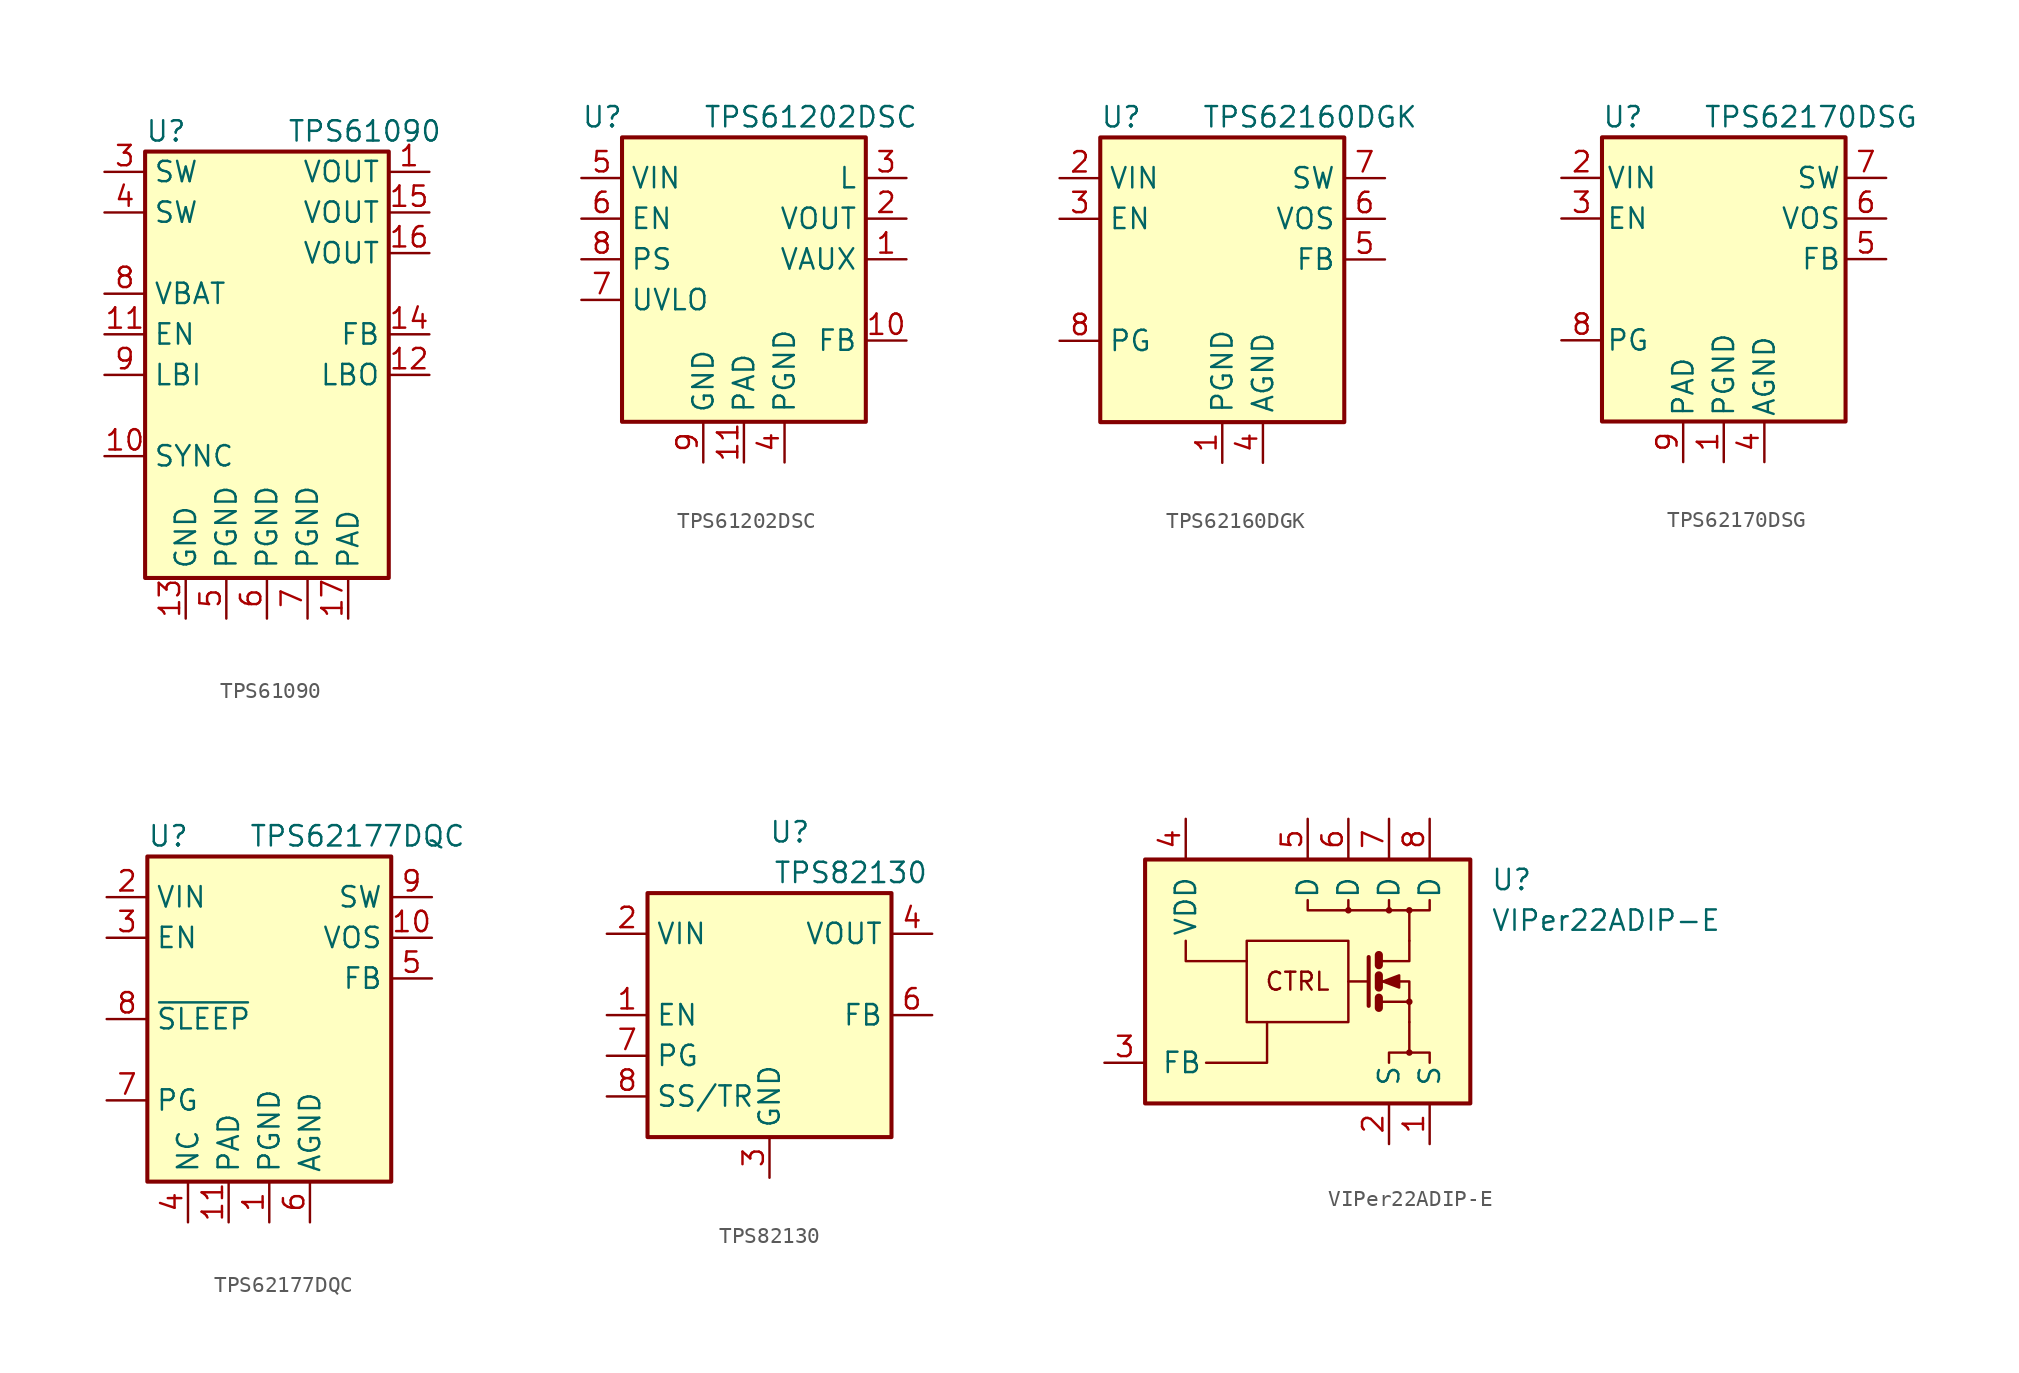
<source format=kicad_sym>
(kicad_symbol_lib
  (version 20201005)
  (generator kicad_symbol_editor)
  (symbol "TPS61090"
    (property "Reference" "U"
      (at -7.62 15.24 0)
      (effects (font (size 1.27 1.27)) (justify left)))
    (property "Value" "TPS61090"
      (at 1.27 15.24 0)
      (effects (font (size 1.27 1.27)) (justify left)))
    (symbol "TPS61090_0_0"
      (pin power_out line (at 10.16 12.7 180) (length 2.54) (name "VOUT" (effects (font (size 1.27 1.27)))) (number "1" (effects (font (size 1.27 1.27)))))
      (pin input line (at -10.16 -5.08 0) (length 2.54) (name "SYNC" (effects (font (size 1.27 1.27)))) (number "10" (effects (font (size 1.27 1.27)))))
      (pin input line (at -10.16 2.54 0) (length 2.54) (name "EN" (effects (font (size 1.27 1.27)))) (number "11" (effects (font (size 1.27 1.27)))))
      (pin open_collector line (at 10.16 0 180) (length 2.54) (name "LBO" (effects (font (size 1.27 1.27)))) (number "12" (effects (font (size 1.27 1.27)))))
      (pin power_in line (at -5.08 -15.24 90) (length 2.54) (name "GND" (effects (font (size 1.27 1.27)))) (number "13" (effects (font (size 1.27 1.27)))))
      (pin input line (at 10.16 2.54 180) (length 2.54) (name "FB" (effects (font (size 1.27 1.27)))) (number "14" (effects (font (size 1.27 1.27)))))
      (pin passive line (at 10.16 10.16 180) (length 2.54) (name "VOUT" (effects (font (size 1.27 1.27)))) (number "15" (effects (font (size 1.27 1.27)))))
      (pin passive line (at 10.16 7.62 180) (length 2.54) (name "VOUT" (effects (font (size 1.27 1.27)))) (number "16" (effects (font (size 1.27 1.27)))))
      (pin power_in line (at 5.08 -15.24 90) (length 2.54) (name "PAD" (effects (font (size 1.27 1.27)))) (number "17" (effects (font (size 1.27 1.27)))))
      (pin no_connect line (at 10.16 -5.08 180) (length 2.54) hide (name "NC" (effects (font (size 1.27 1.27)))) (number "2" (effects (font (size 1.27 1.27)))))
      (pin passive line (at -10.16 12.7 0) (length 2.54) (name "SW" (effects (font (size 1.27 1.27)))) (number "3" (effects (font (size 1.27 1.27)))))
      (pin passive line (at -10.16 10.16 0) (length 2.54) (name "SW" (effects (font (size 1.27 1.27)))) (number "4" (effects (font (size 1.27 1.27)))))
      (pin power_in line (at -2.54 -15.24 90) (length 2.54) (name "PGND" (effects (font (size 1.27 1.27)))) (number "5" (effects (font (size 1.27 1.27)))))
      (pin power_in line (at 0 -15.24 90) (length 2.54) (name "PGND" (effects (font (size 1.27 1.27)))) (number "6" (effects (font (size 1.27 1.27)))))
      (pin power_in line (at 2.54 -15.24 90) (length 2.54) (name "PGND" (effects (font (size 1.27 1.27)))) (number "7" (effects (font (size 1.27 1.27)))))
      (pin power_in line (at -10.16 5.08 0) (length 2.54) (name "VBAT" (effects (font (size 1.27 1.27)))) (number "8" (effects (font (size 1.27 1.27)))))
      (pin input line (at -10.16 0 0) (length 2.54) (name "LBI" (effects (font (size 1.27 1.27)))) (number "9" (effects (font (size 1.27 1.27))))))
    (symbol "TPS61090_0_1"
      (rectangle (start -7.62 13.97) (end 7.62 -12.7) (stroke (width 0.254)) (fill (type background)))))
  (symbol "TPS61202DSC"
    (property "Reference" "U"
      (at -10.16 8.89 0)
      (effects (font (size 1.27 1.27)) (justify left)))
    (property "Value" "TPS61202DSC"
      (at -2.54 8.89 0)
      (effects (font (size 1.27 1.27)) (justify left)))
    (symbol "TPS61202DSC_0_1"
      (rectangle (start -7.62 7.62) (end 7.62 -10.16) (stroke (width 0.254)) (fill (type background))))
    (symbol "TPS61202DSC_1_1"
      (pin bidirectional line (at 10.16 0 180) (length 2.54) (name "VAUX" (effects (font (size 1.27 1.27)))) (number "1" (effects (font (size 1.27 1.27)))))
      (pin input line (at 10.16 -5.08 180) (length 2.54) (name "FB" (effects (font (size 1.27 1.27)))) (number "10" (effects (font (size 1.27 1.27)))))
      (pin power_in line (at 0 -12.7 90) (length 2.54) (name "PAD" (effects (font (size 1.27 1.27)))) (number "11" (effects (font (size 1.27 1.27)))))
      (pin power_out line (at 10.16 2.54 180) (length 2.54) (name "VOUT" (effects (font (size 1.27 1.27)))) (number "2" (effects (font (size 1.27 1.27)))))
      (pin input line (at 10.16 5.08 180) (length 2.54) (name "L" (effects (font (size 1.27 1.27)))) (number "3" (effects (font (size 1.27 1.27)))))
      (pin power_in line (at 2.54 -12.7 90) (length 2.54) (name "PGND" (effects (font (size 1.27 1.27)))) (number "4" (effects (font (size 1.27 1.27)))))
      (pin power_in line (at -10.16 5.08 0) (length 2.54) (name "VIN" (effects (font (size 1.27 1.27)))) (number "5" (effects (font (size 1.27 1.27)))))
      (pin input line (at -10.16 2.54 0) (length 2.54) (name "EN" (effects (font (size 1.27 1.27)))) (number "6" (effects (font (size 1.27 1.27)))))
      (pin input line (at -10.16 -2.54 0) (length 2.54) (name "UVLO" (effects (font (size 1.27 1.27)))) (number "7" (effects (font (size 1.27 1.27)))))
      (pin input line (at -10.16 0 0) (length 2.54) (name "PS" (effects (font (size 1.27 1.27)))) (number "8" (effects (font (size 1.27 1.27)))))
      (pin power_in line (at -2.54 -12.7 90) (length 2.54) (name "GND" (effects (font (size 1.27 1.27)))) (number "9" (effects (font (size 1.27 1.27)))))))
  (symbol "TPS62160DGK"
    (property "Reference" "U"
      (at -7.62 11.43 0)
      (effects (font (size 1.27 1.27)) (justify left)))
    (property "Value" "TPS62160DGK"
      (at -1.27 11.43 0)
      (effects (font (size 1.27 1.27)) (justify left)))
    (symbol "TPS62160DGK_0_1"
      (rectangle (start -7.62 10.16) (end 7.62 -7.62) (stroke (width 0.254)) (fill (type background))))
    (symbol "TPS62160DGK_1_1"
      (pin power_in line (at 0 -10.16 90) (length 2.54) (name "PGND" (effects (font (size 1.27 1.27)))) (number "1" (effects (font (size 1.27 1.27)))))
      (pin power_in line (at -10.16 7.62 0) (length 2.54) (name "VIN" (effects (font (size 1.27 1.27)))) (number "2" (effects (font (size 1.27 1.27)))))
      (pin input line (at -10.16 5.08 0) (length 2.54) (name "EN" (effects (font (size 1.27 1.27)))) (number "3" (effects (font (size 1.27 1.27)))))
      (pin power_in line (at 2.54 -10.16 90) (length 2.54) (name "AGND" (effects (font (size 1.27 1.27)))) (number "4" (effects (font (size 1.27 1.27)))))
      (pin input line (at 10.16 2.54 180) (length 2.54) (name "FB" (effects (font (size 1.27 1.27)))) (number "5" (effects (font (size 1.27 1.27)))))
      (pin input line (at 10.16 5.08 180) (length 2.54) (name "VOS" (effects (font (size 1.27 1.27)))) (number "6" (effects (font (size 1.27 1.27)))))
      (pin output line (at 10.16 7.62 180) (length 2.54) (name "SW" (effects (font (size 1.27 1.27)))) (number "7" (effects (font (size 1.27 1.27)))))
      (pin open_collector line (at -10.16 -2.54 0) (length 2.54) (name "PG" (effects (font (size 1.27 1.27)))) (number "8" (effects (font (size 1.27 1.27)))))))
  (symbol "TPS62170DSG"
    (pin_names
      (offset 0.254))
    (property "Reference" "U"
      (at -7.62 11.43 0)
      (effects (font (size 1.27 1.27)) (justify left)))
    (property "Value" "TPS62170DSG"
      (at -1.27 11.43 0)
      (effects (font (size 1.27 1.27)) (justify left)))
    (symbol "TPS62170DSG_0_1"
      (rectangle (start -7.62 10.16) (end 7.62 -7.62) (stroke (width 0.254)) (fill (type background))))
    (symbol "TPS62170DSG_1_1"
      (pin power_in line (at 0 -10.16 90) (length 2.54) (name "PGND" (effects (font (size 1.27 1.27)))) (number "1" (effects (font (size 1.27 1.27)))))
      (pin power_in line (at -10.16 7.62 0) (length 2.54) (name "VIN" (effects (font (size 1.27 1.27)))) (number "2" (effects (font (size 1.27 1.27)))))
      (pin input line (at -10.16 5.08 0) (length 2.54) (name "EN" (effects (font (size 1.27 1.27)))) (number "3" (effects (font (size 1.27 1.27)))))
      (pin power_in line (at 2.54 -10.16 90) (length 2.54) (name "AGND" (effects (font (size 1.27 1.27)))) (number "4" (effects (font (size 1.27 1.27)))))
      (pin input line (at 10.16 2.54 180) (length 2.54) (name "FB" (effects (font (size 1.27 1.27)))) (number "5" (effects (font (size 1.27 1.27)))))
      (pin input line (at 10.16 5.08 180) (length 2.54) (name "VOS" (effects (font (size 1.27 1.27)))) (number "6" (effects (font (size 1.27 1.27)))))
      (pin output line (at 10.16 7.62 180) (length 2.54) (name "SW" (effects (font (size 1.27 1.27)))) (number "7" (effects (font (size 1.27 1.27)))))
      (pin open_collector line (at -10.16 -2.54 0) (length 2.54) (name "PG" (effects (font (size 1.27 1.27)))) (number "8" (effects (font (size 1.27 1.27)))))
      (pin power_in line (at -2.54 -10.16 90) (length 2.54) (name "PAD" (effects (font (size 1.27 1.27)))) (number "9" (effects (font (size 1.27 1.27)))))))
  (symbol "TPS62177DQC"
    (property "Reference" "U"
      (at -7.62 11.43 0)
      (effects (font (size 1.27 1.27)) (justify left)))
    (property "Value" "TPS62177DQC"
      (at -1.27 11.43 0)
      (effects (font (size 1.27 1.27)) (justify left)))
    (symbol "TPS62177DQC_0_1"
      (rectangle (start -7.62 10.16) (end 7.62 -10.16) (stroke (width 0.254)) (fill (type background))))
    (symbol "TPS62177DQC_1_1"
      (pin power_in line (at 0 -12.7 90) (length 2.54) (name "PGND" (effects (font (size 1.27 1.27)))) (number "1" (effects (font (size 1.27 1.27)))))
      (pin input line (at 10.16 5.08 180) (length 2.54) (name "VOS" (effects (font (size 1.27 1.27)))) (number "10" (effects (font (size 1.27 1.27)))))
      (pin power_in line (at -2.54 -12.7 90) (length 2.54) (name "PAD" (effects (font (size 1.27 1.27)))) (number "11" (effects (font (size 1.27 1.27)))))
      (pin power_in line (at -10.16 7.62 0) (length 2.54) (name "VIN" (effects (font (size 1.27 1.27)))) (number "2" (effects (font (size 1.27 1.27)))))
      (pin input line (at -10.16 5.08 0) (length 2.54) (name "EN" (effects (font (size 1.27 1.27)))) (number "3" (effects (font (size 1.27 1.27)))))
      (pin passive line (at -5.08 -12.7 90) (length 2.54) (name "NC" (effects (font (size 1.27 1.27)))) (number "4" (effects (font (size 1.27 1.27)))))
      (pin input line (at 10.16 2.54 180) (length 2.54) (name "FB" (effects (font (size 1.27 1.27)))) (number "5" (effects (font (size 1.27 1.27)))))
      (pin power_in line (at 2.54 -12.7 90) (length 2.54) (name "AGND" (effects (font (size 1.27 1.27)))) (number "6" (effects (font (size 1.27 1.27)))))
      (pin output line (at -10.16 -5.08 0) (length 2.54) (name "PG" (effects (font (size 1.27 1.27)))) (number "7" (effects (font (size 1.27 1.27)))))
      (pin input line (at -10.16 0 0) (length 2.54) (name "~SLEEP" (effects (font (size 1.27 1.27)))) (number "8" (effects (font (size 1.27 1.27)))))
      (pin power_out line (at 10.16 7.62 180) (length 2.54) (name "SW" (effects (font (size 1.27 1.27)))) (number "9" (effects (font (size 1.27 1.27)))))))
  (symbol "TPS82130"
    (property "Reference" "U"
      (at 1.27 11.43 0)
      (effects (font (size 1.27 1.27))))
    (property "Value" "TPS82130"
      (at 5.08 8.89 0)
      (effects (font (size 1.27 1.27))))
    (symbol "TPS82130_0_1"
      (rectangle (start -7.62 7.62) (end 7.62 -7.62) (stroke (width 0.254)) (fill (type background))))
    (symbol "TPS82130_1_1"
      (pin input line (at -10.16 0 0) (length 2.54) (name "EN" (effects (font (size 1.27 1.27)))) (number "1" (effects (font (size 1.27 1.27)))))
      (pin power_in line (at -10.16 5.08 0) (length 2.54) (name "VIN" (effects (font (size 1.27 1.27)))) (number "2" (effects (font (size 1.27 1.27)))))
      (pin power_in line (at 0 -10.16 90) (length 2.54) (name "GND" (effects (font (size 1.27 1.27)))) (number "3" (effects (font (size 1.27 1.27)))))
      (pin power_out line (at 10.16 5.08 180) (length 2.54) (name "VOUT" (effects (font (size 1.27 1.27)))) (number "4" (effects (font (size 1.27 1.27)))))
      (pin passive line (at 10.16 5.08 180) (length 2.54) hide (name "VOUT" (effects (font (size 1.27 1.27)))) (number "5" (effects (font (size 1.27 1.27)))))
      (pin input line (at 10.16 0 180) (length 2.54) (name "FB" (effects (font (size 1.27 1.27)))) (number "6" (effects (font (size 1.27 1.27)))))
      (pin open_collector line (at -10.16 -2.54 0) (length 2.54) (name "PG" (effects (font (size 1.27 1.27)))) (number "7" (effects (font (size 1.27 1.27)))))
      (pin input line (at -10.16 -5.08 0) (length 2.54) (name "SS/TR" (effects (font (size 1.27 1.27)))) (number "8" (effects (font (size 1.27 1.27)))))
      (pin passive line (at 0 -10.16 90) (length 2.54) hide (name "GND" (effects (font (size 1.27 1.27)))) (number "9" (effects (font (size 1.27 1.27)))))))
  (symbol "VIPer22ADIP-E"
    (pin_names
      (offset 1.016))
    (property "Reference" "U"
      (at 11.43 6.35 0)
      (effects (font (size 1.27 1.27)) (justify left)))
    (property "Value" "VIPer22ADIP-E"
      (at 11.43 3.81 0)
      (effects (font (size 1.27 1.27)) (justify left)))
    (symbol "VIPer22ADIP-E_0_0"
      (circle (center 2.54 4.445) (radius 0.127) (stroke (width 0)) (fill (type none)))
      (circle (center 5.08 4.445) (radius 0.127) (stroke (width 0)) (fill (type none)))
      (circle (center 6.35 -4.445) (radius 0.127) (stroke (width 0)) (fill (type none)))
      (circle (center 6.35 -1.27) (radius 0.127) (stroke (width 0)) (fill (type none)))
      (circle (center 6.35 4.445) (radius 0.127) (stroke (width 0)) (fill (type none)))
      (text "CTRL" (at -0.635 0 0) (effects (font (size 1.118 1.118))))
      (rectangle (start -10.16 7.62) (end 10.16 -7.62) (stroke (width 0.254)) (fill (type background)))
      (polyline (pts (xy 2.54 5.08) (xy 2.54 4.445)) (stroke (width 0)) (fill (type none)))
      (polyline (pts (xy 5.08 5.08) (xy 5.08 4.445)) (stroke (width 0)) (fill (type none)))
      (polyline (pts (xy 6.35 -2.54) (xy 6.35 -4.445)) (stroke (width 0)) (fill (type none)))
      (polyline (pts (xy 6.35 2.54) (xy 6.35 4.445)) (stroke (width 0)) (fill (type none)))
      (polyline (pts (xy 0 5.08) (xy 0 4.445) (xy 7.62 4.445) (xy 7.62 5.08)) (stroke (width 0)) (fill (type none)))
      (polyline (pts (xy 5.08 -5.08) (xy 5.08 -4.445) (xy 7.62 -4.445) (xy 7.62 -5.08)) (stroke (width 0)) (fill (type none))))
    (symbol "VIPer22ADIP-E_0_1"
      (rectangle (start -3.81 2.54) (end 2.54 -2.54) (stroke (width 0)) (fill (type none)))
      (polyline (pts (xy 3.81 0) (xy 2.54 0)) (stroke (width 0)) (fill (type none)))
      (polyline (pts (xy 4.445 -1.016) (xy 4.445 -1.651)) (stroke (width 0.508)) (fill (type none)))
      (polyline (pts (xy 4.445 0.381) (xy 4.445 -0.381)) (stroke (width 0.508)) (fill (type none)))
      (polyline (pts (xy 4.445 1.651) (xy 4.445 1.016)) (stroke (width 0.508)) (fill (type none)))
      (polyline (pts (xy -7.62 2.54) (xy -7.62 1.27) (xy -3.81 1.27)) (stroke (width 0)) (fill (type none)))
      (polyline (pts (xy -6.35 -5.08) (xy -2.54 -5.08) (xy -2.54 -2.54)) (stroke (width 0)) (fill (type none)))
      (polyline (pts (xy 3.81 1.524) (xy 3.81 -1.524) (xy 3.81 -1.524)) (stroke (width 0.254)) (fill (type none)))
      (polyline (pts (xy 4.572 -1.27) (xy 6.35 -1.27) (xy 6.35 -2.54) (xy 6.35 -2.54)) (stroke (width 0)) (fill (type none)))
      (polyline (pts (xy 4.572 1.27) (xy 6.35 1.27) (xy 6.35 2.54) (xy 6.35 2.54)) (stroke (width 0)) (fill (type none)))
      (polyline (pts (xy 4.572 0) (xy 5.08 0) (xy 6.35 0) (xy 6.35 -1.27) (xy 6.35 -1.27)) (stroke (width 0)) (fill (type none)))
      (polyline (pts (xy 4.699 0) (xy 5.715 0.381) (xy 5.715 -0.381) (xy 4.699 0) (xy 4.826 0) (xy 4.826 0)) (stroke (width 0)) (fill (type outline))))
    (symbol "VIPer22ADIP-E_1_1"
      (pin passive line (at 7.62 -10.16 90) (length 2.54) (name "S" (effects (font (size 1.27 1.27)))) (number "1" (effects (font (size 1.27 1.27)))))
      (pin passive line (at 5.08 -10.16 90) (length 2.54) (name "S" (effects (font (size 1.27 1.27)))) (number "2" (effects (font (size 1.27 1.27)))))
      (pin input line (at -12.7 -5.08 0) (length 2.54) (name "FB" (effects (font (size 1.27 1.27)))) (number "3" (effects (font (size 1.27 1.27)))))
      (pin power_in line (at -7.62 10.16 270) (length 2.54) (name "VDD" (effects (font (size 1.27 1.27)))) (number "4" (effects (font (size 1.27 1.27)))))
      (pin passive line (at 0 10.16 270) (length 2.54) (name "D" (effects (font (size 1.27 1.27)))) (number "5" (effects (font (size 1.27 1.27)))))
      (pin passive line (at 2.54 10.16 270) (length 2.54) (name "D" (effects (font (size 1.27 1.27)))) (number "6" (effects (font (size 1.27 1.27)))))
      (pin passive line (at 5.08 10.16 270) (length 2.54) (name "D" (effects (font (size 1.27 1.27)))) (number "7" (effects (font (size 1.27 1.27)))))
      (pin passive line (at 7.62 10.16 270) (length 2.54) (name "D" (effects (font (size 1.27 1.27)))) (number "8" (effects (font (size 1.27 1.27))))))))
</source>
